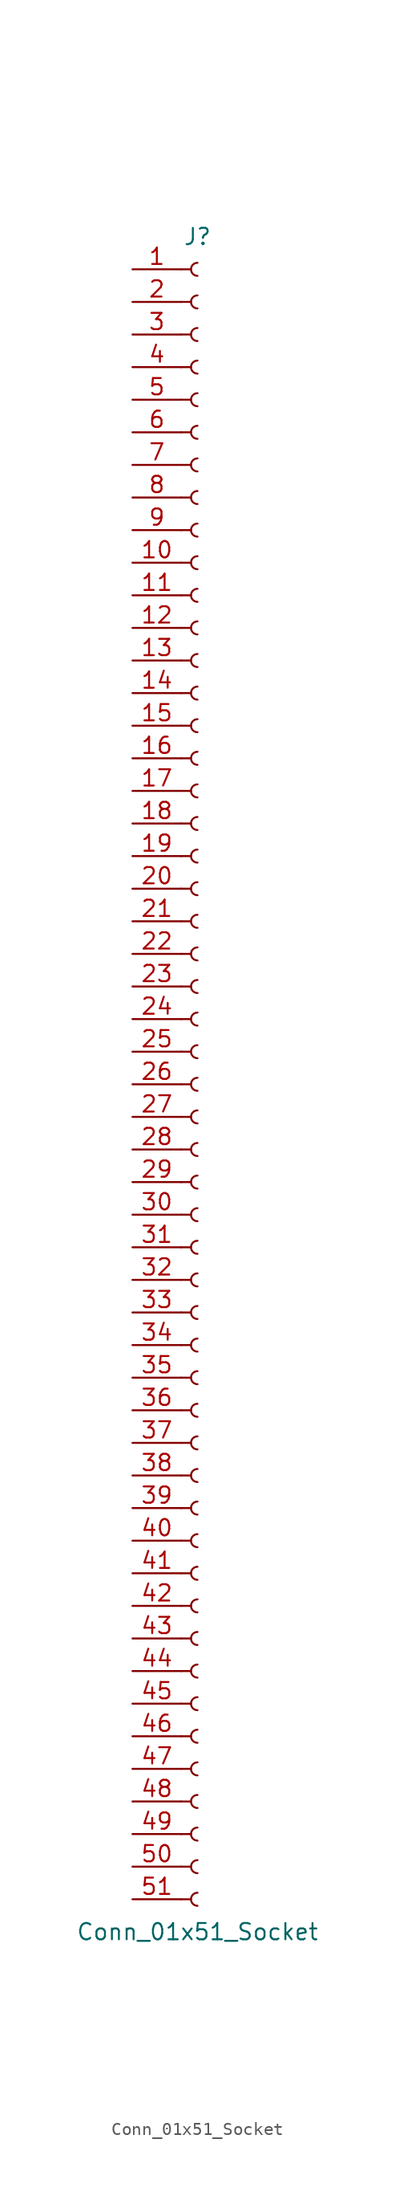
<source format=kicad_sym>
(kicad_symbol_lib
  (version 20241209)
  (generator "kicad_symbol_editor")
  (generator_version "9.0")
  (symbol "Conn_01x51_Socket"
    (pin_names
      (offset 1.016)
      (hide yes))
    (property "Reference" "J"
      (at 0 66.04 0)
      (effects (font (size 1.27 1.27))))
    (property "Value" "Conn_01x51_Socket"
      (at 0 -66.04 0)
      (effects (font (size 1.27 1.27))))
    (property "ki_locked" ""
      (at 0 0 0)
      (effects (font (size 1.27 1.27))))
    (symbol "Conn_01x51_Socket_1_1"
      (polyline (pts (xy -1.27 63.5) (xy -0.508 63.5)) (stroke (width 0.152) (type default)) (fill (type none)))
      (polyline (pts (xy -1.27 60.96) (xy -0.508 60.96)) (stroke (width 0.152) (type default)) (fill (type none)))
      (polyline (pts (xy -1.27 58.42) (xy -0.508 58.42)) (stroke (width 0.152) (type default)) (fill (type none)))
      (polyline (pts (xy -1.27 55.88) (xy -0.508 55.88)) (stroke (width 0.152) (type default)) (fill (type none)))
      (polyline (pts (xy -1.27 53.34) (xy -0.508 53.34)) (stroke (width 0.152) (type default)) (fill (type none)))
      (polyline (pts (xy -1.27 50.8) (xy -0.508 50.8)) (stroke (width 0.152) (type default)) (fill (type none)))
      (polyline (pts (xy -1.27 48.26) (xy -0.508 48.26)) (stroke (width 0.152) (type default)) (fill (type none)))
      (polyline (pts (xy -1.27 45.72) (xy -0.508 45.72)) (stroke (width 0.152) (type default)) (fill (type none)))
      (polyline (pts (xy -1.27 43.18) (xy -0.508 43.18)) (stroke (width 0.152) (type default)) (fill (type none)))
      (polyline (pts (xy -1.27 40.64) (xy -0.508 40.64)) (stroke (width 0.152) (type default)) (fill (type none)))
      (polyline (pts (xy -1.27 38.1) (xy -0.508 38.1)) (stroke (width 0.152) (type default)) (fill (type none)))
      (polyline (pts (xy -1.27 35.56) (xy -0.508 35.56)) (stroke (width 0.152) (type default)) (fill (type none)))
      (polyline (pts (xy -1.27 33.02) (xy -0.508 33.02)) (stroke (width 0.152) (type default)) (fill (type none)))
      (polyline (pts (xy -1.27 30.48) (xy -0.508 30.48)) (stroke (width 0.152) (type default)) (fill (type none)))
      (polyline (pts (xy -1.27 27.94) (xy -0.508 27.94)) (stroke (width 0.152) (type default)) (fill (type none)))
      (polyline (pts (xy -1.27 25.4) (xy -0.508 25.4)) (stroke (width 0.152) (type default)) (fill (type none)))
      (polyline (pts (xy -1.27 22.86) (xy -0.508 22.86)) (stroke (width 0.152) (type default)) (fill (type none)))
      (polyline (pts (xy -1.27 20.32) (xy -0.508 20.32)) (stroke (width 0.152) (type default)) (fill (type none)))
      (polyline (pts (xy -1.27 17.78) (xy -0.508 17.78)) (stroke (width 0.152) (type default)) (fill (type none)))
      (polyline (pts (xy -1.27 15.24) (xy -0.508 15.24)) (stroke (width 0.152) (type default)) (fill (type none)))
      (polyline (pts (xy -1.27 12.7) (xy -0.508 12.7)) (stroke (width 0.152) (type default)) (fill (type none)))
      (polyline (pts (xy -1.27 10.16) (xy -0.508 10.16)) (stroke (width 0.152) (type default)) (fill (type none)))
      (polyline (pts (xy -1.27 7.62) (xy -0.508 7.62)) (stroke (width 0.152) (type default)) (fill (type none)))
      (polyline (pts (xy -1.27 5.08) (xy -0.508 5.08)) (stroke (width 0.152) (type default)) (fill (type none)))
      (polyline (pts (xy -1.27 2.54) (xy -0.508 2.54)) (stroke (width 0.152) (type default)) (fill (type none)))
      (polyline (pts (xy -1.27 0) (xy -0.508 0)) (stroke (width 0.152) (type default)) (fill (type none)))
      (polyline (pts (xy -1.27 -2.54) (xy -0.508 -2.54)) (stroke (width 0.152) (type default)) (fill (type none)))
      (polyline (pts (xy -1.27 -5.08) (xy -0.508 -5.08)) (stroke (width 0.152) (type default)) (fill (type none)))
      (polyline (pts (xy -1.27 -7.62) (xy -0.508 -7.62)) (stroke (width 0.152) (type default)) (fill (type none)))
      (polyline (pts (xy -1.27 -10.16) (xy -0.508 -10.16)) (stroke (width 0.152) (type default)) (fill (type none)))
      (polyline (pts (xy -1.27 -12.7) (xy -0.508 -12.7)) (stroke (width 0.152) (type default)) (fill (type none)))
      (polyline (pts (xy -1.27 -15.24) (xy -0.508 -15.24)) (stroke (width 0.152) (type default)) (fill (type none)))
      (polyline (pts (xy -1.27 -17.78) (xy -0.508 -17.78)) (stroke (width 0.152) (type default)) (fill (type none)))
      (polyline (pts (xy -1.27 -20.32) (xy -0.508 -20.32)) (stroke (width 0.152) (type default)) (fill (type none)))
      (polyline (pts (xy -1.27 -22.86) (xy -0.508 -22.86)) (stroke (width 0.152) (type default)) (fill (type none)))
      (polyline (pts (xy -1.27 -25.4) (xy -0.508 -25.4)) (stroke (width 0.152) (type default)) (fill (type none)))
      (polyline (pts (xy -1.27 -27.94) (xy -0.508 -27.94)) (stroke (width 0.152) (type default)) (fill (type none)))
      (polyline (pts (xy -1.27 -30.48) (xy -0.508 -30.48)) (stroke (width 0.152) (type default)) (fill (type none)))
      (polyline (pts (xy -1.27 -33.02) (xy -0.508 -33.02)) (stroke (width 0.152) (type default)) (fill (type none)))
      (polyline (pts (xy -1.27 -35.56) (xy -0.508 -35.56)) (stroke (width 0.152) (type default)) (fill (type none)))
      (polyline (pts (xy -1.27 -38.1) (xy -0.508 -38.1)) (stroke (width 0.152) (type default)) (fill (type none)))
      (polyline (pts (xy -1.27 -40.64) (xy -0.508 -40.64)) (stroke (width 0.152) (type default)) (fill (type none)))
      (polyline (pts (xy -1.27 -43.18) (xy -0.508 -43.18)) (stroke (width 0.152) (type default)) (fill (type none)))
      (polyline (pts (xy -1.27 -45.72) (xy -0.508 -45.72)) (stroke (width 0.152) (type default)) (fill (type none)))
      (polyline (pts (xy -1.27 -48.26) (xy -0.508 -48.26)) (stroke (width 0.152) (type default)) (fill (type none)))
      (polyline (pts (xy -1.27 -50.8) (xy -0.508 -50.8)) (stroke (width 0.152) (type default)) (fill (type none)))
      (polyline (pts (xy -1.27 -53.34) (xy -0.508 -53.34)) (stroke (width 0.152) (type default)) (fill (type none)))
      (polyline (pts (xy -1.27 -55.88) (xy -0.508 -55.88)) (stroke (width 0.152) (type default)) (fill (type none)))
      (polyline (pts (xy -1.27 -58.42) (xy -0.508 -58.42)) (stroke (width 0.152) (type default)) (fill (type none)))
      (polyline (pts (xy -1.27 -60.96) (xy -0.508 -60.96)) (stroke (width 0.152) (type default)) (fill (type none)))
      (polyline (pts (xy -1.27 -63.5) (xy -0.508 -63.5)) (stroke (width 0.152) (type default)) (fill (type none)))
      (arc (start 0 62.992) (mid -0.5058 63.5) (end 0 64.008) (stroke (width 0.1524) (type default)) (fill (type none)))
      (arc (start 0 60.452) (mid -0.5058 60.96) (end 0 61.468) (stroke (width 0.1524) (type default)) (fill (type none)))
      (arc (start 0 57.912) (mid -0.5058 58.42) (end 0 58.928) (stroke (width 0.1524) (type default)) (fill (type none)))
      (arc (start 0 55.372) (mid -0.5058 55.88) (end 0 56.388) (stroke (width 0.1524) (type default)) (fill (type none)))
      (arc (start 0 52.832) (mid -0.5058 53.34) (end 0 53.848) (stroke (width 0.1524) (type default)) (fill (type none)))
      (arc (start 0 50.292) (mid -0.5058 50.8) (end 0 51.308) (stroke (width 0.1524) (type default)) (fill (type none)))
      (arc (start 0 47.752) (mid -0.5058 48.26) (end 0 48.768) (stroke (width 0.1524) (type default)) (fill (type none)))
      (arc (start 0 45.212) (mid -0.5058 45.72) (end 0 46.228) (stroke (width 0.1524) (type default)) (fill (type none)))
      (arc (start 0 42.672) (mid -0.5058 43.18) (end 0 43.688) (stroke (width 0.1524) (type default)) (fill (type none)))
      (arc (start 0 40.132) (mid -0.5058 40.64) (end 0 41.148) (stroke (width 0.1524) (type default)) (fill (type none)))
      (arc (start 0 37.592) (mid -0.5058 38.1) (end 0 38.608) (stroke (width 0.1524) (type default)) (fill (type none)))
      (arc (start 0 35.052) (mid -0.5058 35.56) (end 0 36.068) (stroke (width 0.1524) (type default)) (fill (type none)))
      (arc (start 0 32.512) (mid -0.5058 33.02) (end 0 33.528) (stroke (width 0.1524) (type default)) (fill (type none)))
      (arc (start 0 29.972) (mid -0.5058 30.48) (end 0 30.988) (stroke (width 0.1524) (type default)) (fill (type none)))
      (arc (start 0 27.432) (mid -0.5058 27.94) (end 0 28.448) (stroke (width 0.1524) (type default)) (fill (type none)))
      (arc (start 0 24.892) (mid -0.5058 25.4) (end 0 25.908) (stroke (width 0.1524) (type default)) (fill (type none)))
      (arc (start 0 22.352) (mid -0.5058 22.86) (end 0 23.368) (stroke (width 0.1524) (type default)) (fill (type none)))
      (arc (start 0 19.812) (mid -0.5058 20.32) (end 0 20.828) (stroke (width 0.1524) (type default)) (fill (type none)))
      (arc (start 0 17.272) (mid -0.5058 17.78) (end 0 18.288) (stroke (width 0.1524) (type default)) (fill (type none)))
      (arc (start 0 14.732) (mid -0.5058 15.24) (end 0 15.748) (stroke (width 0.1524) (type default)) (fill (type none)))
      (arc (start 0 12.192) (mid -0.5058 12.7) (end 0 13.208) (stroke (width 0.1524) (type default)) (fill (type none)))
      (arc (start 0 9.652) (mid -0.5058 10.16) (end 0 10.668) (stroke (width 0.1524) (type default)) (fill (type none)))
      (arc (start 0 7.112) (mid -0.5058 7.62) (end 0 8.128) (stroke (width 0.1524) (type default)) (fill (type none)))
      (arc (start 0 4.572) (mid -0.5058 5.08) (end 0 5.588) (stroke (width 0.1524) (type default)) (fill (type none)))
      (arc (start 0 2.032) (mid -0.5058 2.54) (end 0 3.048) (stroke (width 0.1524) (type default)) (fill (type none)))
      (arc (start 0 -0.508) (mid -0.5058 0) (end 0 0.508) (stroke (width 0.1524) (type default)) (fill (type none)))
      (arc (start 0 -3.048) (mid -0.5058 -2.54) (end 0 -2.032) (stroke (width 0.1524) (type default)) (fill (type none)))
      (arc (start 0 -5.588) (mid -0.5058 -5.08) (end 0 -4.572) (stroke (width 0.1524) (type default)) (fill (type none)))
      (arc (start 0 -8.128) (mid -0.5058 -7.62) (end 0 -7.112) (stroke (width 0.1524) (type default)) (fill (type none)))
      (arc (start 0 -10.668) (mid -0.5058 -10.16) (end 0 -9.652) (stroke (width 0.1524) (type default)) (fill (type none)))
      (arc (start 0 -13.208) (mid -0.5058 -12.7) (end 0 -12.192) (stroke (width 0.1524) (type default)) (fill (type none)))
      (arc (start 0 -15.748) (mid -0.5058 -15.24) (end 0 -14.732) (stroke (width 0.1524) (type default)) (fill (type none)))
      (arc (start 0 -18.288) (mid -0.5058 -17.78) (end 0 -17.272) (stroke (width 0.1524) (type default)) (fill (type none)))
      (arc (start 0 -20.828) (mid -0.5058 -20.32) (end 0 -19.812) (stroke (width 0.1524) (type default)) (fill (type none)))
      (arc (start 0 -23.368) (mid -0.5058 -22.86) (end 0 -22.352) (stroke (width 0.1524) (type default)) (fill (type none)))
      (arc (start 0 -25.908) (mid -0.5058 -25.4) (end 0 -24.892) (stroke (width 0.1524) (type default)) (fill (type none)))
      (arc (start 0 -28.448) (mid -0.5058 -27.94) (end 0 -27.432) (stroke (width 0.1524) (type default)) (fill (type none)))
      (arc (start 0 -30.988) (mid -0.5058 -30.48) (end 0 -29.972) (stroke (width 0.1524) (type default)) (fill (type none)))
      (arc (start 0 -33.528) (mid -0.5058 -33.02) (end 0 -32.512) (stroke (width 0.1524) (type default)) (fill (type none)))
      (arc (start 0 -36.068) (mid -0.5058 -35.56) (end 0 -35.052) (stroke (width 0.1524) (type default)) (fill (type none)))
      (arc (start 0 -38.608) (mid -0.5058 -38.1) (end 0 -37.592) (stroke (width 0.1524) (type default)) (fill (type none)))
      (arc (start 0 -41.148) (mid -0.5058 -40.64) (end 0 -40.132) (stroke (width 0.1524) (type default)) (fill (type none)))
      (arc (start 0 -43.688) (mid -0.5058 -43.18) (end 0 -42.672) (stroke (width 0.1524) (type default)) (fill (type none)))
      (arc (start 0 -46.228) (mid -0.5058 -45.72) (end 0 -45.212) (stroke (width 0.1524) (type default)) (fill (type none)))
      (arc (start 0 -48.768) (mid -0.5058 -48.26) (end 0 -47.752) (stroke (width 0.1524) (type default)) (fill (type none)))
      (arc (start 0 -51.308) (mid -0.5058 -50.8) (end 0 -50.292) (stroke (width 0.1524) (type default)) (fill (type none)))
      (arc (start 0 -53.848) (mid -0.5058 -53.34) (end 0 -52.832) (stroke (width 0.1524) (type default)) (fill (type none)))
      (arc (start 0 -56.388) (mid -0.5058 -55.88) (end 0 -55.372) (stroke (width 0.1524) (type default)) (fill (type none)))
      (arc (start 0 -58.928) (mid -0.5058 -58.42) (end 0 -57.912) (stroke (width 0.1524) (type default)) (fill (type none)))
      (arc (start 0 -61.468) (mid -0.5058 -60.96) (end 0 -60.452) (stroke (width 0.1524) (type default)) (fill (type none)))
      (arc (start 0 -64.008) (mid -0.5058 -63.5) (end 0 -62.992) (stroke (width 0.1524) (type default)) (fill (type none)))
      (pin passive line (at -5.08 63.5 0) (length 3.81) (name "Pin_1" (effects (font (size 1.27 1.27)))) (number "1" (effects (font (size 1.27 1.27)))))
      (pin passive line (at -5.08 60.96 0) (length 3.81) (name "Pin_2" (effects (font (size 1.27 1.27)))) (number "2" (effects (font (size 1.27 1.27)))))
      (pin passive line (at -5.08 58.42 0) (length 3.81) (name "Pin_3" (effects (font (size 1.27 1.27)))) (number "3" (effects (font (size 1.27 1.27)))))
      (pin passive line (at -5.08 55.88 0) (length 3.81) (name "Pin_4" (effects (font (size 1.27 1.27)))) (number "4" (effects (font (size 1.27 1.27)))))
      (pin passive line (at -5.08 53.34 0) (length 3.81) (name "Pin_5" (effects (font (size 1.27 1.27)))) (number "5" (effects (font (size 1.27 1.27)))))
      (pin passive line (at -5.08 50.8 0) (length 3.81) (name "Pin_6" (effects (font (size 1.27 1.27)))) (number "6" (effects (font (size 1.27 1.27)))))
      (pin passive line (at -5.08 48.26 0) (length 3.81) (name "Pin_7" (effects (font (size 1.27 1.27)))) (number "7" (effects (font (size 1.27 1.27)))))
      (pin passive line (at -5.08 45.72 0) (length 3.81) (name "Pin_8" (effects (font (size 1.27 1.27)))) (number "8" (effects (font (size 1.27 1.27)))))
      (pin passive line (at -5.08 43.18 0) (length 3.81) (name "Pin_9" (effects (font (size 1.27 1.27)))) (number "9" (effects (font (size 1.27 1.27)))))
      (pin passive line (at -5.08 40.64 0) (length 3.81) (name "Pin_10" (effects (font (size 1.27 1.27)))) (number "10" (effects (font (size 1.27 1.27)))))
      (pin passive line (at -5.08 38.1 0) (length 3.81) (name "Pin_11" (effects (font (size 1.27 1.27)))) (number "11" (effects (font (size 1.27 1.27)))))
      (pin passive line (at -5.08 35.56 0) (length 3.81) (name "Pin_12" (effects (font (size 1.27 1.27)))) (number "12" (effects (font (size 1.27 1.27)))))
      (pin passive line (at -5.08 33.02 0) (length 3.81) (name "Pin_13" (effects (font (size 1.27 1.27)))) (number "13" (effects (font (size 1.27 1.27)))))
      (pin passive line (at -5.08 30.48 0) (length 3.81) (name "Pin_14" (effects (font (size 1.27 1.27)))) (number "14" (effects (font (size 1.27 1.27)))))
      (pin passive line (at -5.08 27.94 0) (length 3.81) (name "Pin_15" (effects (font (size 1.27 1.27)))) (number "15" (effects (font (size 1.27 1.27)))))
      (pin passive line (at -5.08 25.4 0) (length 3.81) (name "Pin_16" (effects (font (size 1.27 1.27)))) (number "16" (effects (font (size 1.27 1.27)))))
      (pin passive line (at -5.08 22.86 0) (length 3.81) (name "Pin_17" (effects (font (size 1.27 1.27)))) (number "17" (effects (font (size 1.27 1.27)))))
      (pin passive line (at -5.08 20.32 0) (length 3.81) (name "Pin_18" (effects (font (size 1.27 1.27)))) (number "18" (effects (font (size 1.27 1.27)))))
      (pin passive line (at -5.08 17.78 0) (length 3.81) (name "Pin_19" (effects (font (size 1.27 1.27)))) (number "19" (effects (font (size 1.27 1.27)))))
      (pin passive line (at -5.08 15.24 0) (length 3.81) (name "Pin_20" (effects (font (size 1.27 1.27)))) (number "20" (effects (font (size 1.27 1.27)))))
      (pin passive line (at -5.08 12.7 0) (length 3.81) (name "Pin_21" (effects (font (size 1.27 1.27)))) (number "21" (effects (font (size 1.27 1.27)))))
      (pin passive line (at -5.08 10.16 0) (length 3.81) (name "Pin_22" (effects (font (size 1.27 1.27)))) (number "22" (effects (font (size 1.27 1.27)))))
      (pin passive line (at -5.08 7.62 0) (length 3.81) (name "Pin_23" (effects (font (size 1.27 1.27)))) (number "23" (effects (font (size 1.27 1.27)))))
      (pin passive line (at -5.08 5.08 0) (length 3.81) (name "Pin_24" (effects (font (size 1.27 1.27)))) (number "24" (effects (font (size 1.27 1.27)))))
      (pin passive line (at -5.08 2.54 0) (length 3.81) (name "Pin_25" (effects (font (size 1.27 1.27)))) (number "25" (effects (font (size 1.27 1.27)))))
      (pin passive line (at -5.08 0 0) (length 3.81) (name "Pin_26" (effects (font (size 1.27 1.27)))) (number "26" (effects (font (size 1.27 1.27)))))
      (pin passive line (at -5.08 -2.54 0) (length 3.81) (name "Pin_27" (effects (font (size 1.27 1.27)))) (number "27" (effects (font (size 1.27 1.27)))))
      (pin passive line (at -5.08 -5.08 0) (length 3.81) (name "Pin_28" (effects (font (size 1.27 1.27)))) (number "28" (effects (font (size 1.27 1.27)))))
      (pin passive line (at -5.08 -7.62 0) (length 3.81) (name "Pin_29" (effects (font (size 1.27 1.27)))) (number "29" (effects (font (size 1.27 1.27)))))
      (pin passive line (at -5.08 -10.16 0) (length 3.81) (name "Pin_30" (effects (font (size 1.27 1.27)))) (number "30" (effects (font (size 1.27 1.27)))))
      (pin passive line (at -5.08 -12.7 0) (length 3.81) (name "Pin_31" (effects (font (size 1.27 1.27)))) (number "31" (effects (font (size 1.27 1.27)))))
      (pin passive line (at -5.08 -15.24 0) (length 3.81) (name "Pin_32" (effects (font (size 1.27 1.27)))) (number "32" (effects (font (size 1.27 1.27)))))
      (pin passive line (at -5.08 -17.78 0) (length 3.81) (name "Pin_33" (effects (font (size 1.27 1.27)))) (number "33" (effects (font (size 1.27 1.27)))))
      (pin passive line (at -5.08 -20.32 0) (length 3.81) (name "Pin_34" (effects (font (size 1.27 1.27)))) (number "34" (effects (font (size 1.27 1.27)))))
      (pin passive line (at -5.08 -22.86 0) (length 3.81) (name "Pin_35" (effects (font (size 1.27 1.27)))) (number "35" (effects (font (size 1.27 1.27)))))
      (pin passive line (at -5.08 -25.4 0) (length 3.81) (name "Pin_36" (effects (font (size 1.27 1.27)))) (number "36" (effects (font (size 1.27 1.27)))))
      (pin passive line (at -5.08 -27.94 0) (length 3.81) (name "Pin_37" (effects (font (size 1.27 1.27)))) (number "37" (effects (font (size 1.27 1.27)))))
      (pin passive line (at -5.08 -30.48 0) (length 3.81) (name "Pin_38" (effects (font (size 1.27 1.27)))) (number "38" (effects (font (size 1.27 1.27)))))
      (pin passive line (at -5.08 -33.02 0) (length 3.81) (name "Pin_39" (effects (font (size 1.27 1.27)))) (number "39" (effects (font (size 1.27 1.27)))))
      (pin passive line (at -5.08 -35.56 0) (length 3.81) (name "Pin_40" (effects (font (size 1.27 1.27)))) (number "40" (effects (font (size 1.27 1.27)))))
      (pin passive line (at -5.08 -38.1 0) (length 3.81) (name "Pin_41" (effects (font (size 1.27 1.27)))) (number "41" (effects (font (size 1.27 1.27)))))
      (pin passive line (at -5.08 -40.64 0) (length 3.81) (name "Pin_42" (effects (font (size 1.27 1.27)))) (number "42" (effects (font (size 1.27 1.27)))))
      (pin passive line (at -5.08 -43.18 0) (length 3.81) (name "Pin_43" (effects (font (size 1.27 1.27)))) (number "43" (effects (font (size 1.27 1.27)))))
      (pin passive line (at -5.08 -45.72 0) (length 3.81) (name "Pin_44" (effects (font (size 1.27 1.27)))) (number "44" (effects (font (size 1.27 1.27)))))
      (pin passive line (at -5.08 -48.26 0) (length 3.81) (name "Pin_45" (effects (font (size 1.27 1.27)))) (number "45" (effects (font (size 1.27 1.27)))))
      (pin passive line (at -5.08 -50.8 0) (length 3.81) (name "Pin_46" (effects (font (size 1.27 1.27)))) (number "46" (effects (font (size 1.27 1.27)))))
      (pin passive line (at -5.08 -53.34 0) (length 3.81) (name "Pin_47" (effects (font (size 1.27 1.27)))) (number "47" (effects (font (size 1.27 1.27)))))
      (pin passive line (at -5.08 -55.88 0) (length 3.81) (name "Pin_48" (effects (font (size 1.27 1.27)))) (number "48" (effects (font (size 1.27 1.27)))))
      (pin passive line (at -5.08 -58.42 0) (length 3.81) (name "Pin_49" (effects (font (size 1.27 1.27)))) (number "49" (effects (font (size 1.27 1.27)))))
      (pin passive line (at -5.08 -60.96 0) (length 3.81) (name "Pin_50" (effects (font (size 1.27 1.27)))) (number "50" (effects (font (size 1.27 1.27)))))
      (pin passive line (at -5.08 -63.5 0) (length 3.81) (name "Pin_51" (effects (font (size 1.27 1.27)))) (number "51" (effects (font (size 1.27 1.27))))))))
</source>
